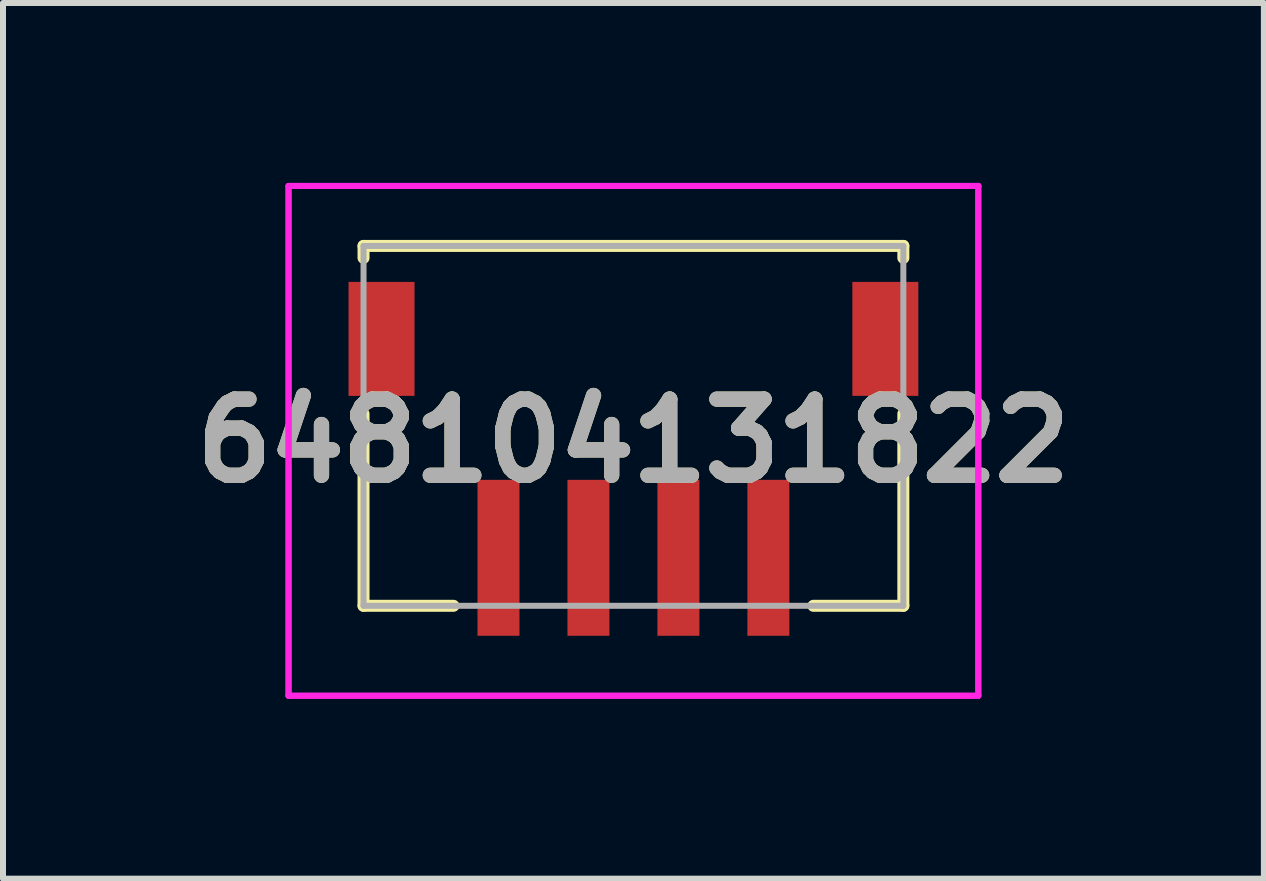
<source format=kicad_pcb>
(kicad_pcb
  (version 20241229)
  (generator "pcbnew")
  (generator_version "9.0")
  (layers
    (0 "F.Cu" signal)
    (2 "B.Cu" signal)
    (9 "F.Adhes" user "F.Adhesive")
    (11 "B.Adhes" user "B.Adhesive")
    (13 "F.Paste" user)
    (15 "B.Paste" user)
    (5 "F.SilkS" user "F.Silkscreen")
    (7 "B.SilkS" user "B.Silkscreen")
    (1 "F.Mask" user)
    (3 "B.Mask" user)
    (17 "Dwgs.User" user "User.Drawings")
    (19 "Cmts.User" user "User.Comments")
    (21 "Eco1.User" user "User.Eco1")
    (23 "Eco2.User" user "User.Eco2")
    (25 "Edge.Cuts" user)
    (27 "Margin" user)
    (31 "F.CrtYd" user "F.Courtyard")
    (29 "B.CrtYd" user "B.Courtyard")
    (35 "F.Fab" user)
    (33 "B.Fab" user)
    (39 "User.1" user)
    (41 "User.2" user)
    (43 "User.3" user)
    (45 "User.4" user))
  (footprint "648104131822"
    (layer "F.Cu")
    (at 7.511 4.05)
    (property "Reference" "648104131822" (at 0 0.25 0) (layer "F.SilkS") (effects (font (size 1.27 1.27) (thickness 0.254))))
    (attr smd)
    (fp_line (start -4.5 -3) (end 4.5 -3) (stroke (width 0.2) (type solid)) (layer "F.SilkS"))
    (fp_line (start -4.5 -2.8) (end -4.5 -3) (stroke (width 0.2) (type solid)) (layer "F.SilkS"))
    (fp_line (start -4.5 -0.2) (end -4.5 3) (stroke (width 0.2) (type solid)) (layer "F.SilkS"))
    (fp_line (start -4.5 3) (end -3 3) (stroke (width 0.2) (type solid)) (layer "F.SilkS"))
    (fp_line (start 4.5 -3) (end 4.5 -2.8) (stroke (width 0.2) (type solid)) (layer "F.SilkS"))
    (fp_line (start 4.5 -0.2) (end 4.5 3) (stroke (width 0.2) (type solid)) (layer "F.SilkS"))
    (fp_line (start 4.5 3) (end 3 3) (stroke (width 0.2) (type solid)) (layer "F.SilkS"))
    (fp_line (start -5.75 -4) (end 5.75 -4) (stroke (width 0.1) (type solid)) (layer "F.CrtYd"))
    (fp_line (start -5.75 -4) (end 5.75 -4) (stroke (width 0.1) (type solid)) (layer "F.CrtYd"))
    (fp_line (start -5.75 4.5) (end -5.75 -4) (stroke (width 0.1) (type solid)) (layer "F.CrtYd"))
    (fp_line (start -5.75 4.5) (end -5.75 -4) (stroke (width 0.1) (type solid)) (layer "F.CrtYd"))
    (fp_line (start 5.75 -4) (end 5.75 4.5) (stroke (width 0.1) (type solid)) (layer "F.CrtYd"))
    (fp_line (start 5.75 -4) (end 5.75 4.5) (stroke (width 0.1) (type solid)) (layer "F.CrtYd"))
    (fp_line (start 5.75 4.5) (end -5.75 4.5) (stroke (width 0.1) (type solid)) (layer "F.CrtYd"))
    (fp_line (start 5.75 4.5) (end -5.75 4.5) (stroke (width 0.1) (type solid)) (layer "F.CrtYd"))
    (fp_line (start -4.5 -3) (end 4.5 -3) (stroke (width 0.1) (type solid)) (layer "F.Fab"))
    (fp_line (start -4.5 3) (end -4.5 -3) (stroke (width 0.1) (type solid)) (layer "F.Fab"))
    (fp_line (start 4.5 -3) (end 4.5 3) (stroke (width 0.1) (type solid)) (layer "F.Fab"))
    (fp_line (start 4.5 3) (end -4.5 3) (stroke (width 0.1) (type solid)) (layer "F.Fab"))
    (fp_text user "${REFERENCE}" (at 0 0.25 0) (layer "F.Fab") (effects (font (size 1.27 1.27) (thickness 0.254))))
    (pad "1" smd rect (at -2.25 2.2) (size 0.7 2.6) (layers "F.Cu" "F.Mask" "F.Paste"))
    (pad "2" smd rect (at -0.75 2.2) (size 0.7 2.6) (layers "F.Cu" "F.Mask" "F.Paste"))
    (pad "3" smd rect (at 0.75 2.2) (size 0.7 2.6) (layers "F.Cu" "F.Mask" "F.Paste"))
    (pad "4" smd rect (at 2.25 2.2) (size 0.7 2.6) (layers "F.Cu" "F.Mask" "F.Paste"))
    (pad "MP1" smd rect (at -4.2 -1.45) (size 1.1 1.9) (layers "F.Cu" "F.Mask" "F.Paste"))
    (pad "MP2" smd rect (at 4.2 -1.45) (size 1.1 1.9) (layers "F.Cu" "F.Mask" "F.Paste")))
  (gr_rect
    (start -3 -3)
    (end 18.022 11.6)
    (stroke (width 0.1) (type default))
    (fill no)
    (layer "Edge.Cuts")))
</source>
